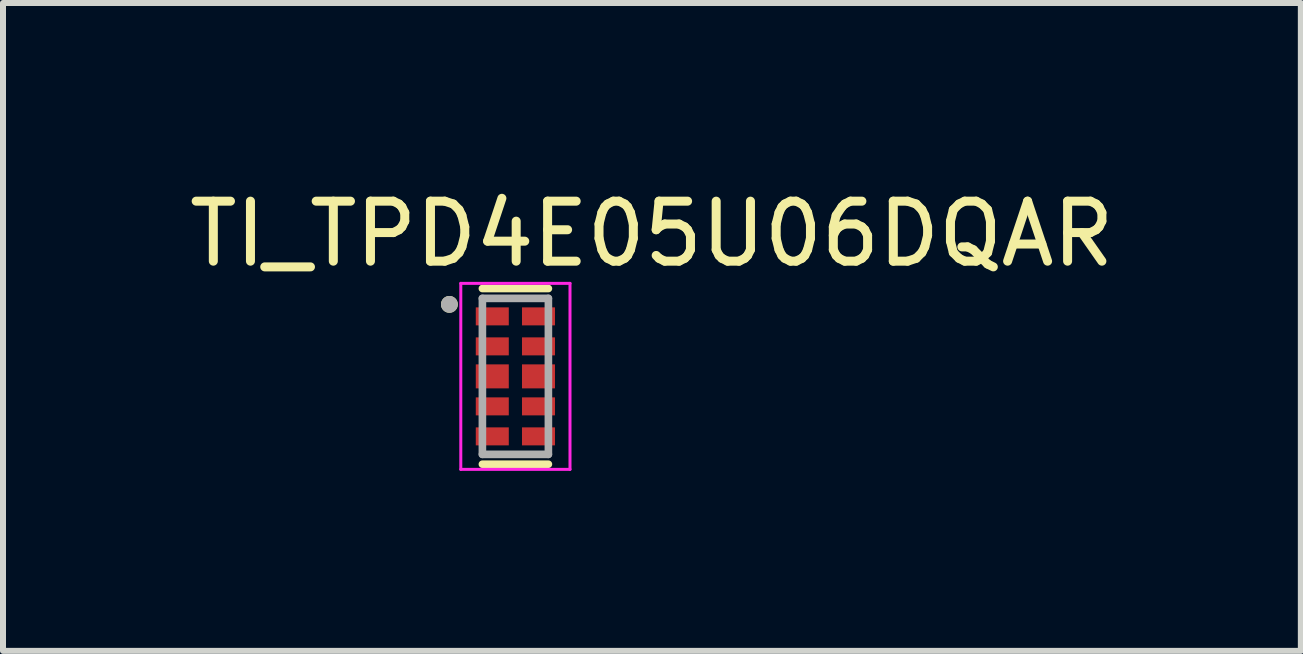
<source format=kicad_pcb>
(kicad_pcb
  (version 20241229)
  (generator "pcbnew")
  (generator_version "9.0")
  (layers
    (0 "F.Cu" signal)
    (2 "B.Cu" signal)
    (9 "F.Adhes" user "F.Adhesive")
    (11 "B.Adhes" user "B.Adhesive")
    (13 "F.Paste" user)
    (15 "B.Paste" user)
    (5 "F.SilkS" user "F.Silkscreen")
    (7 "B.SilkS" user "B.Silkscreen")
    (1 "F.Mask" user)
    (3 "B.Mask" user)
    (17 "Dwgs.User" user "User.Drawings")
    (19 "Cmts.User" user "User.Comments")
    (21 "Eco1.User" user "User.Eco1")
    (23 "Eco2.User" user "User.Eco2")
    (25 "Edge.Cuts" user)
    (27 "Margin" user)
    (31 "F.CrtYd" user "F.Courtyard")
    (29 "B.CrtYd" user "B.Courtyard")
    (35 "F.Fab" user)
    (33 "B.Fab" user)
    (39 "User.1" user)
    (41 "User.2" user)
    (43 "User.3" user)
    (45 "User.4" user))
  (footprint "TI_TPD4E05U06DQAR"
    (layer "F.Cu")
    (at 5.54 3.223)
    (property "Reference" "TI_TPD4E05U06DQAR" (at 2.275 -2.375 0) (layer "F.SilkS") (effects (font (size 1 1) (thickness 0.15))))
    (attr through_hole)
    (fp_line (start -0.55 -1.464) (end 0.55 -1.464) (stroke (width 0.127) (type solid)) (layer "F.SilkS"))
    (fp_line (start 0.55 1.464) (end -0.55 1.464) (stroke (width 0.127) (type solid)) (layer "F.SilkS"))
    (fp_circle (center -1.1 -1.2) (end -1.03 -1.2) (stroke (width 0.14) (type solid)) (fill no) (layer "F.SilkS"))
    (fp_line (start -0.91 -1.55) (end 0.91 -1.55) (stroke (width 0.05) (type solid)) (layer "F.CrtYd"))
    (fp_line (start -0.91 1.55) (end -0.91 -1.55) (stroke (width 0.05) (type solid)) (layer "F.CrtYd"))
    (fp_line (start 0.91 -1.55) (end 0.91 1.55) (stroke (width 0.05) (type solid)) (layer "F.CrtYd"))
    (fp_line (start 0.91 1.55) (end -0.91 1.55) (stroke (width 0.05) (type solid)) (layer "F.CrtYd"))
    (fp_line (start -0.55 -1.3) (end 0.55 -1.3) (stroke (width 0.127) (type solid)) (layer "F.Fab"))
    (fp_line (start -0.55 1.3) (end -0.55 -1.3) (stroke (width 0.127) (type solid)) (layer "F.Fab"))
    (fp_line (start 0.55 -1.3) (end 0.55 1.3) (stroke (width 0.127) (type solid)) (layer "F.Fab"))
    (fp_line (start 0.55 1.3) (end -0.55 1.3) (stroke (width 0.127) (type solid)) (layer "F.Fab"))
    (fp_circle (center -1.1 -1.2) (end -1.03 -1.2) (stroke (width 0.14) (type solid)) (fill no) (layer "F.Fab"))
    (pad "1" smd rect (at -0.385 -1) (size 0.55 0.3) (layers "F.Cu" "F.Mask" "F.Paste"))
    (pad "2" smd rect (at -0.385 -0.5) (size 0.55 0.3) (layers "F.Cu" "F.Mask" "F.Paste"))
    (pad "3" smd rect (at -0.385 0) (size 0.55 0.4) (layers "F.Cu" "F.Mask" "F.Paste"))
    (pad "4" smd rect (at -0.385 0.5) (size 0.55 0.3) (layers "F.Cu" "F.Mask" "F.Paste"))
    (pad "5" smd rect (at -0.385 1) (size 0.55 0.3) (layers "F.Cu" "F.Mask" "F.Paste"))
    (pad "6" smd rect (at 0.385 1) (size 0.55 0.3) (layers "F.Cu" "F.Mask" "F.Paste"))
    (pad "7" smd rect (at 0.385 0.5) (size 0.55 0.3) (layers "F.Cu" "F.Mask" "F.Paste"))
    (pad "8" smd rect (at 0.385 0) (size 0.55 0.4) (layers "F.Cu" "F.Mask" "F.Paste"))
    (pad "9" smd rect (at 0.385 -0.5) (size 0.55 0.3) (layers "F.Cu" "F.Mask" "F.Paste"))
    (pad "10" smd rect (at 0.385 -1) (size 0.55 0.3) (layers "F.Cu" "F.Mask" "F.Paste")))
  (gr_rect
    (start -3 -3)
    (end 18.631 7.798)
    (stroke (width 0.1) (type default))
    (fill no)
    (layer "Edge.Cuts")))
</source>
